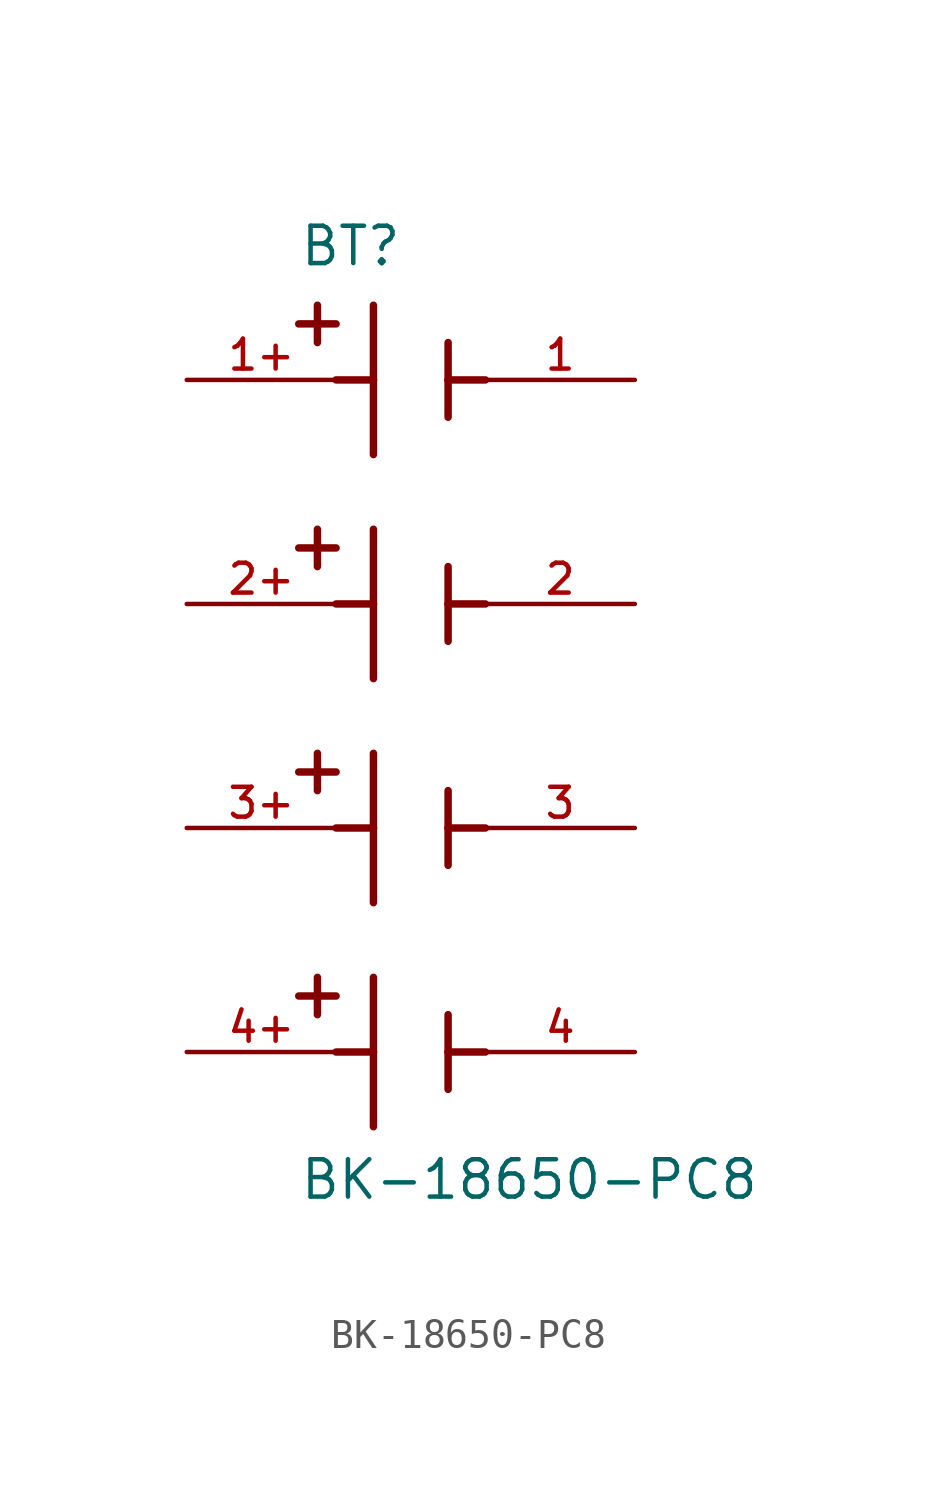
<source format=kicad_sym>
(kicad_symbol_lib
  (version 20211014)
  (generator kicad_symbol_editor)
  (symbol "BK-18650-PC8"
    (pin_names
      (offset 1.016) hide)
    (property "Reference" "BT"
      (at -3.81 13.97 0)
      (effects (font (size 1.27 1.27)) (justify left bottom)))
    (property "Value" "BK-18650-PC8"
      (at -3.81 -17.78 0)
      (effects (font (size 1.27 1.27)) (justify left bottom)))
    (property "ki_locked" ""
      (at 0 0 0)
      (effects (font (size 1.27 1.27))))
    (symbol "BK-18650-PC8_0_0"
      (polyline (pts (xy -3.81 -10.795) (xy -2.54 -10.795)) (stroke (width 0.254) (type default) (color 0 0 0 0)) (fill (type none)))
      (polyline (pts (xy -3.81 -3.175) (xy -2.54 -3.175)) (stroke (width 0.254) (type default) (color 0 0 0 0)) (fill (type none)))
      (polyline (pts (xy -3.81 4.445) (xy -2.54 4.445)) (stroke (width 0.254) (type default) (color 0 0 0 0)) (fill (type none)))
      (polyline (pts (xy -3.81 12.065) (xy -2.54 12.065)) (stroke (width 0.254) (type default) (color 0 0 0 0)) (fill (type none)))
      (polyline (pts (xy -3.175 -10.16) (xy -3.175 -11.43)) (stroke (width 0.254) (type default) (color 0 0 0 0)) (fill (type none)))
      (polyline (pts (xy -3.175 -2.54) (xy -3.175 -3.81)) (stroke (width 0.254) (type default) (color 0 0 0 0)) (fill (type none)))
      (polyline (pts (xy -3.175 5.08) (xy -3.175 3.81)) (stroke (width 0.254) (type default) (color 0 0 0 0)) (fill (type none)))
      (polyline (pts (xy -3.175 12.7) (xy -3.175 11.43)) (stroke (width 0.254) (type default) (color 0 0 0 0)) (fill (type none)))
      (polyline (pts (xy -1.27 -12.7) (xy -2.54 -12.7)) (stroke (width 0.254) (type default) (color 0 0 0 0)) (fill (type none)))
      (polyline (pts (xy -1.27 -12.7) (xy -1.27 -15.24)) (stroke (width 0.254) (type default) (color 0 0 0 0)) (fill (type none)))
      (polyline (pts (xy -1.27 -10.16) (xy -1.27 -12.7)) (stroke (width 0.254) (type default) (color 0 0 0 0)) (fill (type none)))
      (polyline (pts (xy -1.27 -5.08) (xy -2.54 -5.08)) (stroke (width 0.254) (type default) (color 0 0 0 0)) (fill (type none)))
      (polyline (pts (xy -1.27 -5.08) (xy -1.27 -7.62)) (stroke (width 0.254) (type default) (color 0 0 0 0)) (fill (type none)))
      (polyline (pts (xy -1.27 -2.54) (xy -1.27 -5.08)) (stroke (width 0.254) (type default) (color 0 0 0 0)) (fill (type none)))
      (polyline (pts (xy -1.27 2.54) (xy -2.54 2.54)) (stroke (width 0.254) (type default) (color 0 0 0 0)) (fill (type none)))
      (polyline (pts (xy -1.27 2.54) (xy -1.27 0)) (stroke (width 0.254) (type default) (color 0 0 0 0)) (fill (type none)))
      (polyline (pts (xy -1.27 5.08) (xy -1.27 2.54)) (stroke (width 0.254) (type default) (color 0 0 0 0)) (fill (type none)))
      (polyline (pts (xy -1.27 10.16) (xy -2.54 10.16)) (stroke (width 0.254) (type default) (color 0 0 0 0)) (fill (type none)))
      (polyline (pts (xy -1.27 10.16) (xy -1.27 7.62)) (stroke (width 0.254) (type default) (color 0 0 0 0)) (fill (type none)))
      (polyline (pts (xy -1.27 12.7) (xy -1.27 10.16)) (stroke (width 0.254) (type default) (color 0 0 0 0)) (fill (type none)))
      (polyline (pts (xy 1.27 -12.7) (xy 1.27 -13.97)) (stroke (width 0.254) (type default) (color 0 0 0 0)) (fill (type none)))
      (polyline (pts (xy 1.27 -12.7) (xy 2.54 -12.7)) (stroke (width 0.254) (type default) (color 0 0 0 0)) (fill (type none)))
      (polyline (pts (xy 1.27 -11.43) (xy 1.27 -12.7)) (stroke (width 0.254) (type default) (color 0 0 0 0)) (fill (type none)))
      (polyline (pts (xy 1.27 -5.08) (xy 1.27 -6.35)) (stroke (width 0.254) (type default) (color 0 0 0 0)) (fill (type none)))
      (polyline (pts (xy 1.27 -5.08) (xy 2.54 -5.08)) (stroke (width 0.254) (type default) (color 0 0 0 0)) (fill (type none)))
      (polyline (pts (xy 1.27 -3.81) (xy 1.27 -5.08)) (stroke (width 0.254) (type default) (color 0 0 0 0)) (fill (type none)))
      (polyline (pts (xy 1.27 2.54) (xy 1.27 1.27)) (stroke (width 0.254) (type default) (color 0 0 0 0)) (fill (type none)))
      (polyline (pts (xy 1.27 2.54) (xy 2.54 2.54)) (stroke (width 0.254) (type default) (color 0 0 0 0)) (fill (type none)))
      (polyline (pts (xy 1.27 3.81) (xy 1.27 2.54)) (stroke (width 0.254) (type default) (color 0 0 0 0)) (fill (type none)))
      (polyline (pts (xy 1.27 10.16) (xy 1.27 8.89)) (stroke (width 0.254) (type default) (color 0 0 0 0)) (fill (type none)))
      (polyline (pts (xy 1.27 10.16) (xy 2.54 10.16)) (stroke (width 0.254) (type default) (color 0 0 0 0)) (fill (type none)))
      (polyline (pts (xy 1.27 11.43) (xy 1.27 10.16)) (stroke (width 0.254) (type default) (color 0 0 0 0)) (fill (type none)))
      (pin passive line (at 7.62 10.16 180) (length 5.08) (name "~" (effects (font (size 1.016 1.016)))) (number "1" (effects (font (size 1.016 1.016)))))
      (pin passive line (at -7.62 10.16 0) (length 5.08) (name "~" (effects (font (size 1.016 1.016)))) (number "1+" (effects (font (size 1.016 1.016)))))
      (pin passive line (at 7.62 2.54 180) (length 5.08) (name "~" (effects (font (size 1.016 1.016)))) (number "2" (effects (font (size 1.016 1.016)))))
      (pin passive line (at -7.62 2.54 0) (length 5.08) (name "~" (effects (font (size 1.016 1.016)))) (number "2+" (effects (font (size 1.016 1.016)))))
      (pin passive line (at 7.62 -5.08 180) (length 5.08) (name "~" (effects (font (size 1.016 1.016)))) (number "3" (effects (font (size 1.016 1.016)))))
      (pin passive line (at -7.62 -5.08 0) (length 5.08) (name "~" (effects (font (size 1.016 1.016)))) (number "3+" (effects (font (size 1.016 1.016)))))
      (pin passive line (at 7.62 -12.7 180) (length 5.08) (name "~" (effects (font (size 1.016 1.016)))) (number "4" (effects (font (size 1.016 1.016)))))
      (pin passive line (at -7.62 -12.7 0) (length 5.08) (name "~" (effects (font (size 1.016 1.016)))) (number "4+" (effects (font (size 1.016 1.016))))))))
</source>
